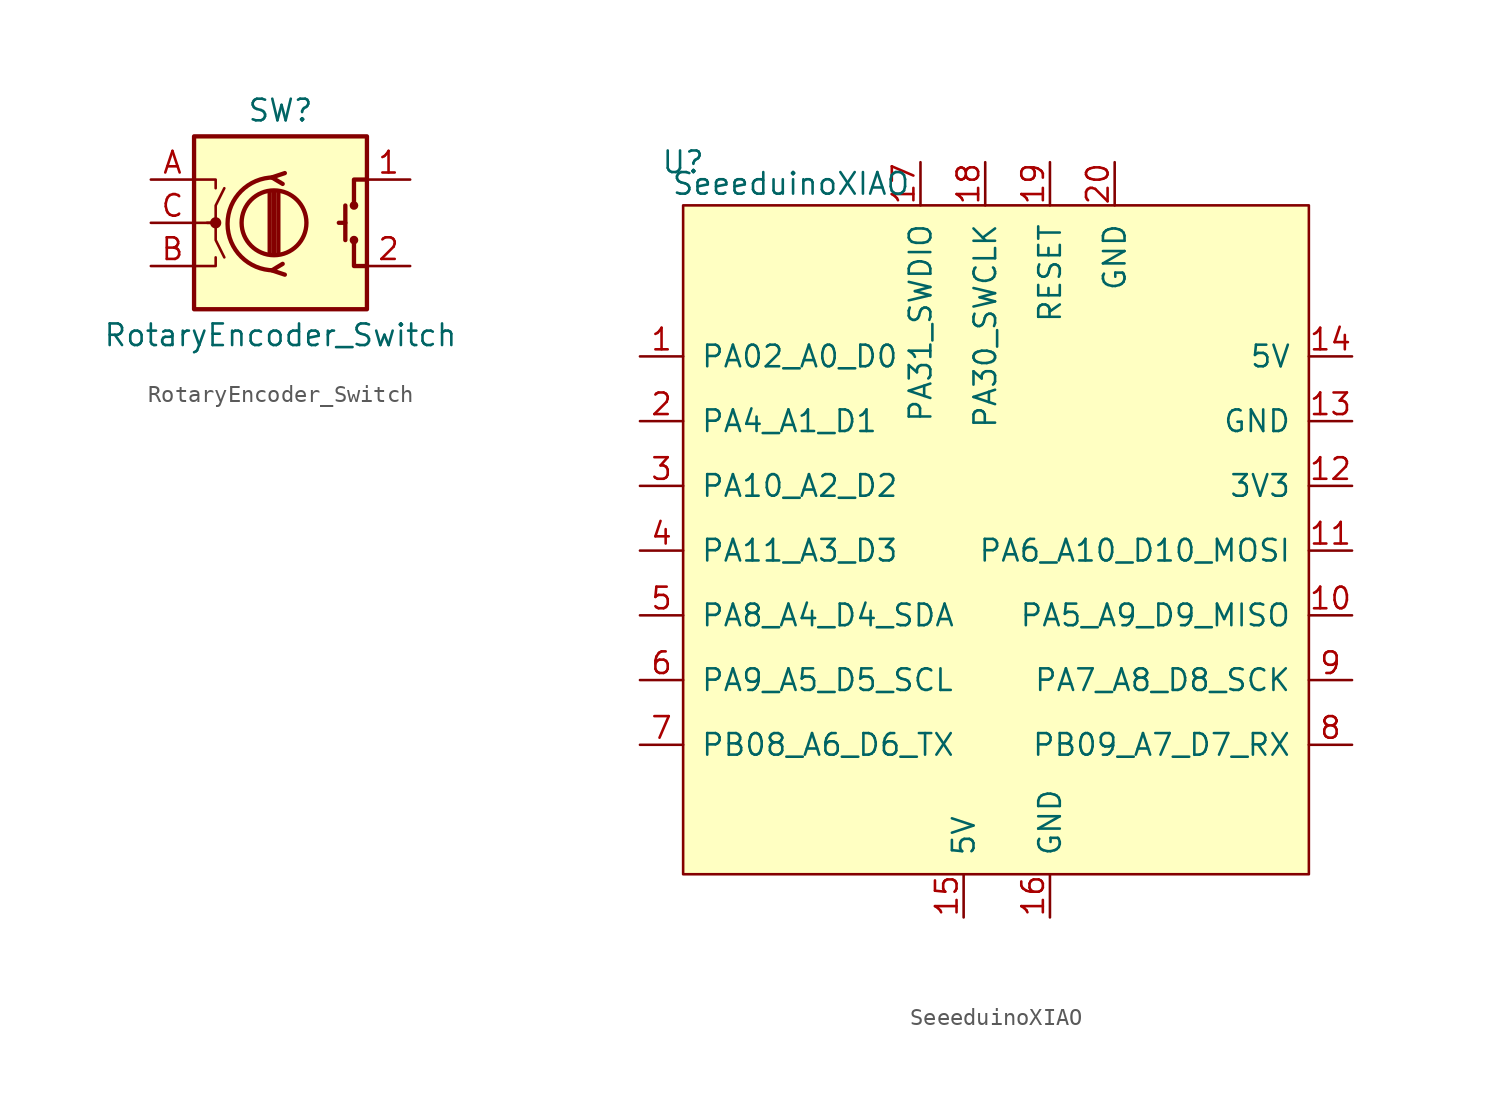
<source format=kicad_sym>
(kicad_symbol_lib
  (version 20220914)
  (generator kicad_symbol_editor)
  (symbol "RotaryEncoder_Switch"
    (pin_names
      (offset 0.254) hide)
    (property "Reference" "SW"
      (at 0 6.604 0)
      (effects (font (size 1.27 1.27))))
    (property "Value" "RotaryEncoder_Switch"
      (at 0 -6.604 0)
      (effects (font (size 1.27 1.27))))
    (symbol "RotaryEncoder_Switch_0_1"
      (rectangle (start -5.08 5.08) (end 5.08 -5.08) (stroke (width 0.254) (type default)) (fill (type background)))
      (circle (center -3.81 0) (radius 0.254) (stroke (width 0) (type default)) (fill (type outline)))
      (circle (center -0.381 0) (radius 1.905) (stroke (width 0.254) (type default)) (fill (type none)))
      (arc (start -0.381 2.667) (mid -3.0988 -0.0635) (end -0.381 -2.794) (stroke (width 0.254) (type default)) (fill (type none)))
      (polyline (pts (xy -0.635 -1.778) (xy -0.635 1.778)) (stroke (width 0.254) (type default)) (fill (type none)))
      (polyline (pts (xy -0.381 -1.778) (xy -0.381 1.778)) (stroke (width 0.254) (type default)) (fill (type none)))
      (polyline (pts (xy -0.127 1.778) (xy -0.127 -1.778)) (stroke (width 0.254) (type default)) (fill (type none)))
      (polyline (pts (xy 3.81 0) (xy 3.429 0)) (stroke (width 0.254) (type default)) (fill (type none)))
      (polyline (pts (xy 3.81 1.016) (xy 3.81 -1.016)) (stroke (width 0.254) (type default)) (fill (type none)))
      (polyline (pts (xy -5.08 -2.54) (xy -3.81 -2.54) (xy -3.81 -2.032)) (stroke (width 0) (type default)) (fill (type none)))
      (polyline (pts (xy -5.08 2.54) (xy -3.81 2.54) (xy -3.81 2.032)) (stroke (width 0) (type default)) (fill (type none)))
      (polyline (pts (xy 0.254 -3.048) (xy -0.508 -2.794) (xy 0.127 -2.413)) (stroke (width 0.254) (type default)) (fill (type none)))
      (polyline (pts (xy 0.254 2.921) (xy -0.508 2.667) (xy 0.127 2.286)) (stroke (width 0.254) (type default)) (fill (type none)))
      (polyline (pts (xy 5.08 -2.54) (xy 4.318 -2.54) (xy 4.318 -1.016)) (stroke (width 0.254) (type default)) (fill (type none)))
      (polyline (pts (xy 5.08 2.54) (xy 4.318 2.54) (xy 4.318 1.016)) (stroke (width 0.254) (type default)) (fill (type none)))
      (polyline (pts (xy -5.08 0) (xy -3.81 0) (xy -3.81 -1.016) (xy -3.302 -2.032)) (stroke (width 0) (type default)) (fill (type none)))
      (polyline (pts (xy -4.318 0) (xy -3.81 0) (xy -3.81 1.016) (xy -3.302 2.032)) (stroke (width 0) (type default)) (fill (type none)))
      (circle (center 4.318 -1.016) (radius 0.127) (stroke (width 0.254) (type default)) (fill (type none)))
      (circle (center 4.318 1.016) (radius 0.127) (stroke (width 0.254) (type default)) (fill (type none))))
    (symbol "RotaryEncoder_Switch_1_1"
      (pin passive line (at 7.62 2.54 180) (length 2.54) (name "1" (effects (font (size 1.27 1.27)))) (number "1" (effects (font (size 1.27 1.27)))))
      (pin passive line (at 7.62 -2.54 180) (length 2.54) (name "2" (effects (font (size 1.27 1.27)))) (number "2" (effects (font (size 1.27 1.27)))))
      (pin passive line (at -7.62 2.54 0) (length 2.54) (name "A" (effects (font (size 1.27 1.27)))) (number "A" (effects (font (size 1.27 1.27)))))
      (pin passive line (at -7.62 -2.54 0) (length 2.54) (name "B" (effects (font (size 1.27 1.27)))) (number "B" (effects (font (size 1.27 1.27)))))
      (pin passive line (at -7.62 0 0) (length 2.54) (name "C" (effects (font (size 1.27 1.27)))) (number "C" (effects (font (size 1.27 1.27)))))))
  (symbol "SeeeduinoXIAO"
    (pin_names
      (offset 1.016))
    (property "Reference" "U"
      (at -19.05 22.86 0)
      (effects (font (size 1.27 1.27))))
    (property "Value" "SeeeduinoXIAO"
      (at -12.7 21.59 0)
      (effects (font (size 1.27 1.27))))
    (symbol "SeeeduinoXIAO_1_1"
      (rectangle (start -19.05 20.32) (end 17.78 -19.05) (stroke (width 0) (type solid)) (fill (type background)))
      (pin unspecified line (at -21.59 11.43 0) (length 2.54) (name "PA02_A0_D0" (effects (font (size 1.27 1.27)))) (number "1" (effects (font (size 1.27 1.27)))))
      (pin unspecified line (at 20.32 -3.81 180) (length 2.54) (name "PA5_A9_D9_MISO" (effects (font (size 1.27 1.27)))) (number "10" (effects (font (size 1.27 1.27)))))
      (pin unspecified line (at 20.32 0 180) (length 2.54) (name "PA6_A10_D10_MOSI" (effects (font (size 1.27 1.27)))) (number "11" (effects (font (size 1.27 1.27)))))
      (pin unspecified line (at 20.32 3.81 180) (length 2.54) (name "3V3" (effects (font (size 1.27 1.27)))) (number "12" (effects (font (size 1.27 1.27)))))
      (pin unspecified line (at 20.32 7.62 180) (length 2.54) (name "GND" (effects (font (size 1.27 1.27)))) (number "13" (effects (font (size 1.27 1.27)))))
      (pin unspecified line (at 20.32 11.43 180) (length 2.54) (name "5V" (effects (font (size 1.27 1.27)))) (number "14" (effects (font (size 1.27 1.27)))))
      (pin input line (at -2.54 -21.59 90) (length 2.54) (name "5V" (effects (font (size 1.27 1.27)))) (number "15" (effects (font (size 1.27 1.27)))))
      (pin input line (at 2.54 -21.59 90) (length 2.54) (name "GND" (effects (font (size 1.27 1.27)))) (number "16" (effects (font (size 1.27 1.27)))))
      (pin input line (at -5.08 22.86 270) (length 2.54) (name "PA31_SWDIO" (effects (font (size 1.27 1.27)))) (number "17" (effects (font (size 1.27 1.27)))))
      (pin input line (at -1.27 22.86 270) (length 2.54) (name "PA30_SWCLK" (effects (font (size 1.27 1.27)))) (number "18" (effects (font (size 1.27 1.27)))))
      (pin input line (at 2.54 22.86 270) (length 2.54) (name "RESET" (effects (font (size 1.27 1.27)))) (number "19" (effects (font (size 1.27 1.27)))))
      (pin unspecified line (at -21.59 7.62 0) (length 2.54) (name "PA4_A1_D1" (effects (font (size 1.27 1.27)))) (number "2" (effects (font (size 1.27 1.27)))))
      (pin input line (at 6.35 22.86 270) (length 2.54) (name "GND" (effects (font (size 1.27 1.27)))) (number "20" (effects (font (size 1.27 1.27)))))
      (pin unspecified line (at -21.59 3.81 0) (length 2.54) (name "PA10_A2_D2" (effects (font (size 1.27 1.27)))) (number "3" (effects (font (size 1.27 1.27)))))
      (pin unspecified line (at -21.59 0 0) (length 2.54) (name "PA11_A3_D3" (effects (font (size 1.27 1.27)))) (number "4" (effects (font (size 1.27 1.27)))))
      (pin unspecified line (at -21.59 -3.81 0) (length 2.54) (name "PA8_A4_D4_SDA" (effects (font (size 1.27 1.27)))) (number "5" (effects (font (size 1.27 1.27)))))
      (pin unspecified line (at -21.59 -7.62 0) (length 2.54) (name "PA9_A5_D5_SCL" (effects (font (size 1.27 1.27)))) (number "6" (effects (font (size 1.27 1.27)))))
      (pin unspecified line (at -21.59 -11.43 0) (length 2.54) (name "PB08_A6_D6_TX" (effects (font (size 1.27 1.27)))) (number "7" (effects (font (size 1.27 1.27)))))
      (pin unspecified line (at 20.32 -11.43 180) (length 2.54) (name "PB09_A7_D7_RX" (effects (font (size 1.27 1.27)))) (number "8" (effects (font (size 1.27 1.27)))))
      (pin unspecified line (at 20.32 -7.62 180) (length 2.54) (name "PA7_A8_D8_SCK" (effects (font (size 1.27 1.27)))) (number "9" (effects (font (size 1.27 1.27))))))))
</source>
